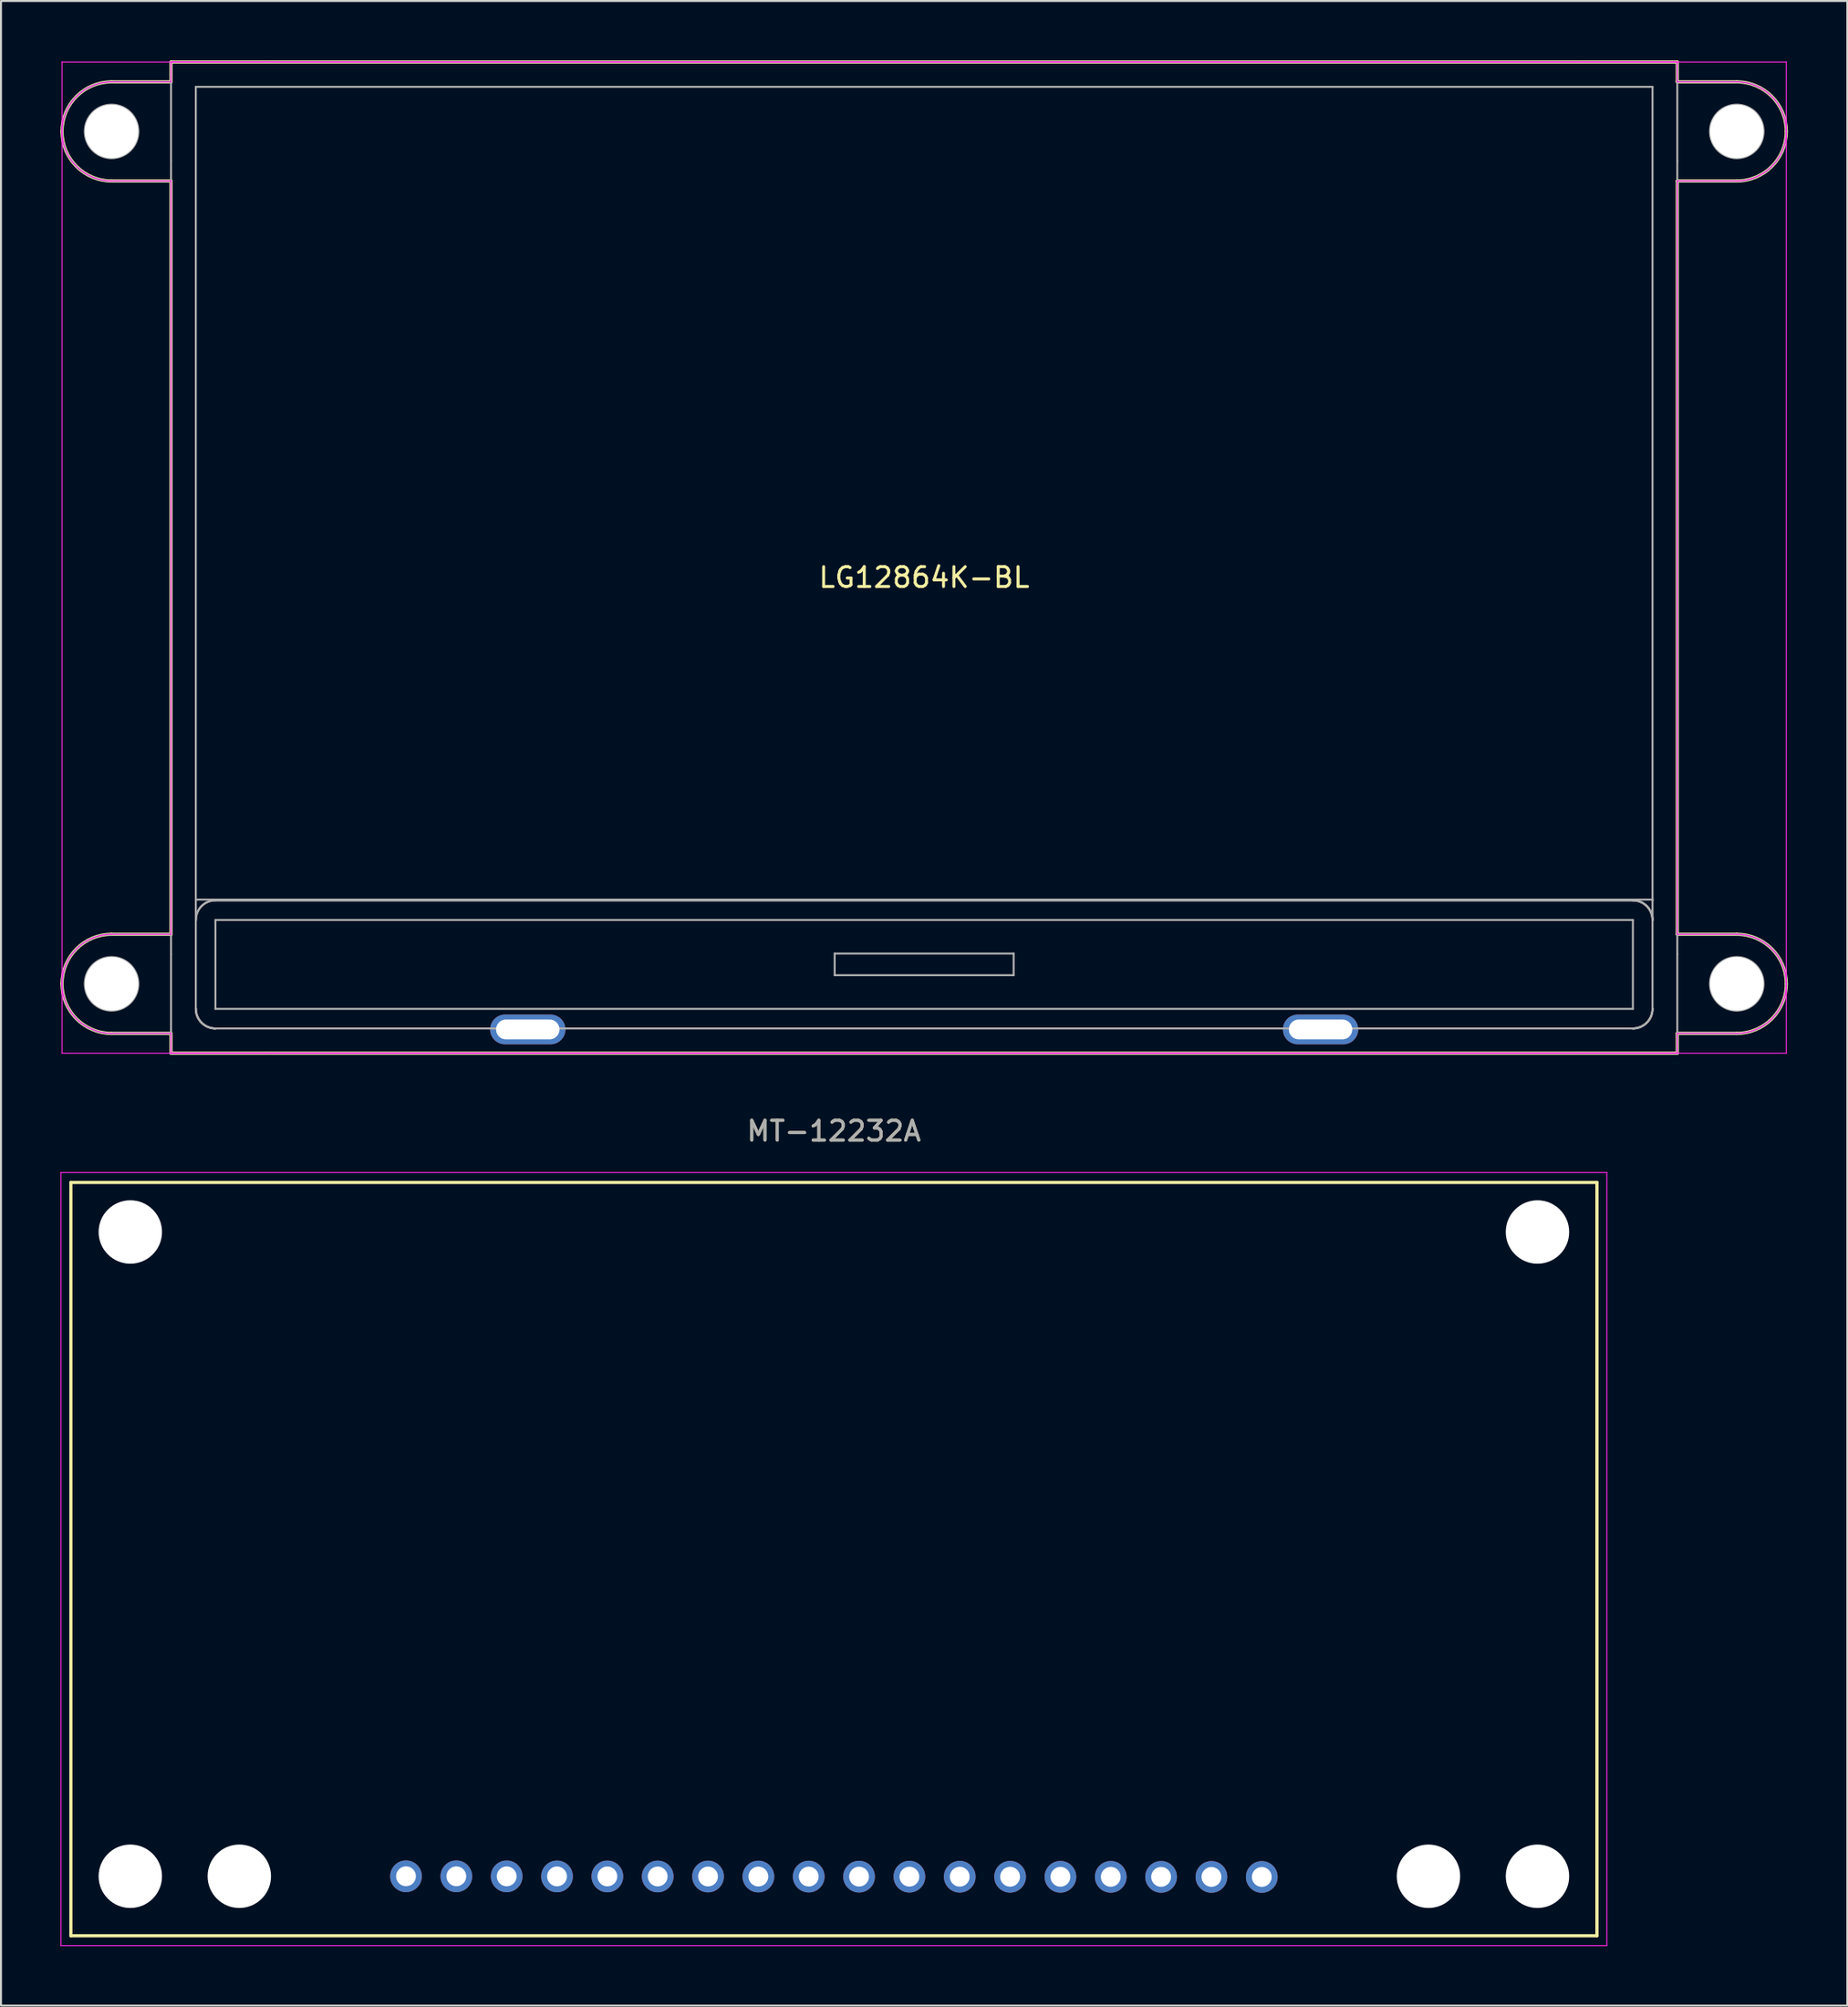
<source format=kicad_pcb>
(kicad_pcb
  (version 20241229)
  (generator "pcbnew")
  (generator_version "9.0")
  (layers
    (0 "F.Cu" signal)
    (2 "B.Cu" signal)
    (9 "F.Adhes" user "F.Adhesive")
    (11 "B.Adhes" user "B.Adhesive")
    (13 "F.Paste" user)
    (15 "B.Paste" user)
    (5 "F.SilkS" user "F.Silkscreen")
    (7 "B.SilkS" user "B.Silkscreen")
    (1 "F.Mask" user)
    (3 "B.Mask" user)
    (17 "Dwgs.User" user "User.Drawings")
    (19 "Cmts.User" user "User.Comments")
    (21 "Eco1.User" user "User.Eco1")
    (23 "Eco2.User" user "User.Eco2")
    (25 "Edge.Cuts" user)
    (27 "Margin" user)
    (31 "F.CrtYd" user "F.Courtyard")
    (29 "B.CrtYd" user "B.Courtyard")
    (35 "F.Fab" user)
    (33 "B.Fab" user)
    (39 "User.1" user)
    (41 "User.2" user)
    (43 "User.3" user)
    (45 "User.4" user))
  (footprint "MT-12232A"
    (layer "F.Cu")
    (at 39.025 75.598)
    (property "Reference" "MT-12232A" (at 0 -21.59 0) (layer "F.SilkS") (effects (font (size 1 1) (thickness 0.15))))
    (attr smd)
    (fp_line (start -38.5 -19) (end 38.5 -19) (stroke (width 0.16) (type solid)) (layer "F.SilkS"))
    (fp_line (start -38.5 19) (end -38.5 -19) (stroke (width 0.16) (type solid)) (layer "F.SilkS"))
    (fp_line (start 38.5 -19) (end 38.5 19) (stroke (width 0.16) (type solid)) (layer "F.SilkS"))
    (fp_line (start 38.5 19) (end -38.5 19) (stroke (width 0.16) (type solid)) (layer "F.SilkS"))
    (fp_line (start -39 -19.5) (end 39 -19.5) (stroke (width 0.05) (type solid)) (layer "F.CrtYd"))
    (fp_line (start -39 19.5) (end -39 -19.5) (stroke (width 0.05) (type solid)) (layer "F.CrtYd"))
    (fp_line (start 39 -19.5) (end 39 19.5) (stroke (width 0.05) (type solid)) (layer "F.CrtYd"))
    (fp_line (start 39 19.5) (end -39 19.5) (stroke (width 0.05) (type solid)) (layer "F.CrtYd"))
    (fp_text user "${REFERENCE}" (at 0 -21.59 0) (layer "F.Fab") (effects (font (size 1 1) (thickness 0.15))))
    (pad "" np_thru_hole circle (at -35.5 -16.5) (size 3.2 3.2) (drill 3.2) (layers "*.Cu" "*.Mask"))
    (pad "" np_thru_hole circle (at -35.5 16) (size 3.2 3.2) (drill 3.2) (layers "*.Cu" "*.Mask"))
    (pad "" np_thru_hole circle (at -30 16) (size 3.2 3.2) (drill 3.2) (layers "*.Cu" "*.Mask"))
    (pad "" np_thru_hole circle (at 30 16) (size 3.2 3.2) (drill 3.2) (layers "*.Cu" "*.Mask"))
    (pad "" np_thru_hole circle (at 35.5 -16.5) (size 3.2 3.2) (drill 3.2) (layers "*.Cu" "*.Mask"))
    (pad "" np_thru_hole circle (at 35.5 16) (size 3.2 3.2) (drill 3.2) (layers "*.Cu" "*.Mask"))
    (pad "1" thru_hole circle (at -21.59 16) (size 1.6 1.6) (drill 1) (layers "*.Cu" "*.Mask"))
    (pad "2" thru_hole circle (at -19.05 16.002) (size 1.6 1.6) (drill 1) (layers "*.Cu" "*.Mask"))
    (pad "3" thru_hole circle (at -16.51 16.004) (size 1.6 1.6) (drill 1) (layers "*.Cu" "*.Mask"))
    (pad "4" thru_hole circle (at -13.97 16.006) (size 1.6 1.6) (drill 1) (layers "*.Cu" "*.Mask"))
    (pad "5" thru_hole circle (at -11.43 16.008) (size 1.6 1.6) (drill 1) (layers "*.Cu" "*.Mask"))
    (pad "6" thru_hole circle (at -8.89 16.01) (size 1.6 1.6) (drill 1) (layers "*.Cu" "*.Mask"))
    (pad "7" thru_hole circle (at -6.35 16.012) (size 1.6 1.6) (drill 1) (layers "*.Cu" "*.Mask"))
    (pad "8" thru_hole circle (at -3.81 16.014) (size 1.6 1.6) (drill 1) (layers "*.Cu" "*.Mask"))
    (pad "9" thru_hole circle (at -1.27 16.016) (size 1.6 1.6) (drill 1) (layers "*.Cu" "*.Mask"))
    (pad "10" thru_hole circle (at 1.27 16.019) (size 1.6 1.6) (drill 1) (layers "*.Cu" "*.Mask"))
    (pad "11" thru_hole circle (at 3.81 16.021) (size 1.6 1.6) (drill 1) (layers "*.Cu" "*.Mask"))
    (pad "12" thru_hole circle (at 6.35 16.023) (size 1.6 1.6) (drill 1) (layers "*.Cu" "*.Mask"))
    (pad "13" thru_hole circle (at 8.89 16.025) (size 1.6 1.6) (drill 1) (layers "*.Cu" "*.Mask"))
    (pad "14" thru_hole circle (at 11.43 16.027) (size 1.6 1.6) (drill 1) (layers "*.Cu" "*.Mask"))
    (pad "15" thru_hole circle (at 13.97 16.029) (size 1.6 1.6) (drill 1) (layers "*.Cu" "*.Mask"))
    (pad "16" thru_hole circle (at 16.51 16.031) (size 1.6 1.6) (drill 1) (layers "*.Cu" "*.Mask"))
    (pad "17" thru_hole circle (at 19.05 16.033) (size 1.6 1.6) (drill 1) (layers "*.Cu" "*.Mask"))
    (pad "18" thru_hole circle (at 21.59 16.035) (size 1.6 1.6) (drill 1) (layers "*.Cu" "*.Mask")))
  (footprint "LG12864K-BL"
    (layer "F.Cu")
    (at 43.58 25.08)
    (property "Reference" "LG12864K-BL" (at 0 1 0) (layer "F.SilkS") (effects (font (size 1 1) (thickness 0.15))))
    (attr through_hole)
    (fp_line (start -38 -25) (end -38 -24) (stroke (width 0.16) (type solid)) (layer "F.SilkS"))
    (fp_line (start -38 -24) (end -41 -24) (stroke (width 0.16) (type solid)) (layer "F.SilkS"))
    (fp_line (start -38 -19) (end -41 -19) (stroke (width 0.16) (type solid)) (layer "F.SilkS"))
    (fp_line (start -38 -19) (end -38 19) (stroke (width 0.16) (type solid)) (layer "F.SilkS"))
    (fp_line (start -38 19) (end -41 19) (stroke (width 0.16) (type solid)) (layer "F.SilkS"))
    (fp_line (start -38 24) (end -41 24) (stroke (width 0.16) (type solid)) (layer "F.SilkS"))
    (fp_line (start -38 24) (end -38 25) (stroke (width 0.16) (type solid)) (layer "F.SilkS"))
    (fp_line (start -38 25) (end 38 25) (stroke (width 0.16) (type solid)) (layer "F.SilkS"))
    (fp_line (start 38 -25) (end -38 -25) (stroke (width 0.16) (type solid)) (layer "F.SilkS"))
    (fp_line (start 38 -24) (end 38 -25) (stroke (width 0.16) (type solid)) (layer "F.SilkS"))
    (fp_line (start 38 19) (end 38 -19) (stroke (width 0.16) (type solid)) (layer "F.SilkS"))
    (fp_line (start 38 25) (end 38 24) (stroke (width 0.16) (type solid)) (layer "F.SilkS"))
    (fp_line (start 41 -24) (end 38 -24) (stroke (width 0.16) (type solid)) (layer "F.SilkS"))
    (fp_line (start 41 -19) (end 38 -19) (stroke (width 0.16) (type solid)) (layer "F.SilkS"))
    (fp_line (start 41 19) (end 38 19) (stroke (width 0.16) (type solid)) (layer "F.SilkS"))
    (fp_line (start 41 24) (end 38 24) (stroke (width 0.16) (type solid)) (layer "F.SilkS"))
    (fp_arc (start -43.5 -21.5) (mid -42.767767 -23.267767) (end -41 -24) (stroke (width 0.16) (type solid)) (layer "F.SilkS"))
    (fp_arc (start -43.5 21.5) (mid -42.767767 19.732233) (end -41 19) (stroke (width 0.16) (type solid)) (layer "F.SilkS"))
    (fp_arc (start -41 -19) (mid -42.767767 -19.732233) (end -43.5 -21.5) (stroke (width 0.16) (type solid)) (layer "F.SilkS"))
    (fp_arc (start -41 24) (mid -42.767767 23.267767) (end -43.5 21.5) (stroke (width 0.16) (type solid)) (layer "F.SilkS"))
    (fp_arc (start 41 -24) (mid 42.767767 -23.267767) (end 43.5 -21.5) (stroke (width 0.16) (type solid)) (layer "F.SilkS"))
    (fp_arc (start 41 19) (mid 42.767767 19.732233) (end 43.5 21.5) (stroke (width 0.16) (type solid)) (layer "F.SilkS"))
    (fp_arc (start 43.5 -21.5) (mid 42.767767 -19.732233) (end 41 -19) (stroke (width 0.16) (type solid)) (layer "F.SilkS"))
    (fp_arc (start 43.5 21.5) (mid 42.767767 23.267767) (end 41 24) (stroke (width 0.16) (type solid)) (layer "F.SilkS"))
    (fp_line (start -43.5 -25) (end 43.5 -25) (stroke (width 0.05) (type solid)) (layer "F.CrtYd"))
    (fp_line (start -43.5 25) (end -43.5 -25) (stroke (width 0.05) (type solid)) (layer "F.CrtYd"))
    (fp_line (start -38 -25) (end -38 -24) (stroke (width 0.05) (type solid)) (layer "F.CrtYd"))
    (fp_line (start -38 -24) (end -41 -24) (stroke (width 0.05) (type solid)) (layer "F.CrtYd"))
    (fp_line (start -38 -19) (end -41 -19) (stroke (width 0.05) (type solid)) (layer "F.CrtYd"))
    (fp_line (start -38 -19) (end -38 19) (stroke (width 0.05) (type solid)) (layer "F.CrtYd"))
    (fp_line (start -38 19) (end -41 19) (stroke (width 0.05) (type solid)) (layer "F.CrtYd"))
    (fp_line (start -38 24) (end -41 24) (stroke (width 0.05) (type solid)) (layer "F.CrtYd"))
    (fp_line (start -38 24) (end -38 25) (stroke (width 0.05) (type solid)) (layer "F.CrtYd"))
    (fp_line (start -38 25) (end 38 25) (stroke (width 0.05) (type solid)) (layer "F.CrtYd"))
    (fp_line (start 38 -25) (end -38 -25) (stroke (width 0.05) (type solid)) (layer "F.CrtYd"))
    (fp_line (start 38 -24) (end 38 -25) (stroke (width 0.05) (type solid)) (layer "F.CrtYd"))
    (fp_line (start 38 19) (end 38 -19) (stroke (width 0.05) (type solid)) (layer "F.CrtYd"))
    (fp_line (start 38 25) (end 38 24) (stroke (width 0.05) (type solid)) (layer "F.CrtYd"))
    (fp_line (start 41 -24) (end 38 -24) (stroke (width 0.05) (type solid)) (layer "F.CrtYd"))
    (fp_line (start 41 -19) (end 38 -19) (stroke (width 0.05) (type solid)) (layer "F.CrtYd"))
    (fp_line (start 41 19) (end 38 19) (stroke (width 0.05) (type solid)) (layer "F.CrtYd"))
    (fp_line (start 41 24) (end 38 24) (stroke (width 0.05) (type solid)) (layer "F.CrtYd"))
    (fp_line (start 43.5 -25) (end 43.5 25) (stroke (width 0.05) (type solid)) (layer "F.CrtYd"))
    (fp_line (start 43.5 25) (end -43.5 25) (stroke (width 0.05) (type solid)) (layer "F.CrtYd"))
    (fp_arc (start -43.5 -21.5) (mid -42.767767 -23.267767) (end -41 -24) (stroke (width 0.05) (type solid)) (layer "F.CrtYd"))
    (fp_arc (start -43.5 21.5) (mid -42.767767 19.732233) (end -41 19) (stroke (width 0.05) (type solid)) (layer "F.CrtYd"))
    (fp_arc (start -41 -19) (mid -42.767767 -19.732233) (end -43.5 -21.5) (stroke (width 0.05) (type solid)) (layer "F.CrtYd"))
    (fp_arc (start -41 24) (mid -42.767767 23.267767) (end -43.5 21.5) (stroke (width 0.05) (type solid)) (layer "F.CrtYd"))
    (fp_arc (start 41 -24) (mid 42.767767 -23.267767) (end 43.5 -21.5) (stroke (width 0.05) (type solid)) (layer "F.CrtYd"))
    (fp_arc (start 41 19) (mid 42.767767 19.732233) (end 43.5 21.5) (stroke (width 0.05) (type solid)) (layer "F.CrtYd"))
    (fp_arc (start 43.5 -21.5) (mid 42.767767 -19.732233) (end 41 -19) (stroke (width 0.05) (type solid)) (layer "F.CrtYd"))
    (fp_arc (start 43.5 21.5) (mid 42.767767 23.267767) (end 41 24) (stroke (width 0.05) (type solid)) (layer "F.CrtYd"))
    (fp_line (start -41 -24) (end -38 -24) (stroke (width 0.1) (type solid)) (layer "F.Fab"))
    (fp_line (start -41 -19) (end -38 -19) (stroke (width 0.1) (type solid)) (layer "F.Fab"))
    (fp_line (start -41 19) (end -38 19) (stroke (width 0.1) (type solid)) (layer "F.Fab"))
    (fp_line (start -41 24) (end -38 24) (stroke (width 0.1) (type solid)) (layer "F.Fab"))
    (fp_line (start -38 -25) (end -33 -25) (stroke (width 0.1) (type solid)) (layer "F.Fab"))
    (fp_line (start -38 -20) (end -38 -25) (stroke (width 0.1) (type solid)) (layer "F.Fab"))
    (fp_line (start -38 20) (end -38 -20) (stroke (width 0.1) (type solid)) (layer "F.Fab"))
    (fp_line (start -38 25) (end -38 20) (stroke (width 0.1) (type solid)) (layer "F.Fab"))
    (fp_line (start -36.75 -23.75) (end 36.75 -23.75) (stroke (width 0.1) (type solid)) (layer "F.Fab"))
    (fp_line (start -36.75 17.25) (end -36.75 -23.75) (stroke (width 0.1) (type solid)) (layer "F.Fab"))
    (fp_line (start -36.75 17.288) (end -36.75 17.25) (stroke (width 0.1) (type solid)) (layer "F.Fab"))
    (fp_line (start -36.75 18.278) (end -36.75 17.288) (stroke (width 0.1) (type solid)) (layer "F.Fab"))
    (fp_line (start -36.75 22.76) (end -36.75 18.278) (stroke (width 0.1) (type solid)) (layer "F.Fab"))
    (fp_line (start -35.76 17.288) (end 35.76 17.288) (stroke (width 0.1) (type solid)) (layer "F.Fab"))
    (fp_line (start -35.76 17.288) (end 35.76 17.288) (stroke (width 0.1) (type solid)) (layer "F.Fab"))
    (fp_line (start -35.76 18.278) (end 35.76 18.278) (stroke (width 0.1) (type solid)) (layer "F.Fab"))
    (fp_line (start -35.76 22.76) (end -35.76 18.278) (stroke (width 0.1) (type solid)) (layer "F.Fab"))
    (fp_line (start -33 -25) (end 33 -25) (stroke (width 0.1) (type solid)) (layer "F.Fab"))
    (fp_line (start -33 25) (end -38 25) (stroke (width 0.1) (type solid)) (layer "F.Fab"))
    (fp_line (start -4.515 19.972) (end 4.515 19.972) (stroke (width 0.1) (type solid)) (layer "F.Fab"))
    (fp_line (start -4.515 21.065) (end -4.515 19.972) (stroke (width 0.1) (type solid)) (layer "F.Fab"))
    (fp_line (start 4.515 19.972) (end 4.515 21.065) (stroke (width 0.1) (type solid)) (layer "F.Fab"))
    (fp_line (start 4.515 21.065) (end -4.515 21.065) (stroke (width 0.1) (type solid)) (layer "F.Fab"))
    (fp_line (start 33 -25) (end 38 -25) (stroke (width 0.1) (type solid)) (layer "F.Fab"))
    (fp_line (start 33 25) (end -33 25) (stroke (width 0.1) (type solid)) (layer "F.Fab"))
    (fp_line (start 35.76 18.278) (end 35.76 22.76) (stroke (width 0.1) (type solid)) (layer "F.Fab"))
    (fp_line (start 35.76 22.76) (end -35.76 22.76) (stroke (width 0.1) (type solid)) (layer "F.Fab"))
    (fp_line (start 35.76 23.75) (end -35.76 23.75) (stroke (width 0.1) (type solid)) (layer "F.Fab"))
    (fp_line (start 36.75 -23.75) (end 36.75 17.25) (stroke (width 0.1) (type solid)) (layer "F.Fab"))
    (fp_line (start 36.75 17.25) (end -36.75 17.25) (stroke (width 0.1) (type solid)) (layer "F.Fab"))
    (fp_line (start 36.75 17.25) (end 36.75 17.288) (stroke (width 0.1) (type solid)) (layer "F.Fab"))
    (fp_line (start 36.75 17.288) (end 36.75 18.278) (stroke (width 0.1) (type solid)) (layer "F.Fab"))
    (fp_line (start 36.75 18.278) (end 36.75 22.76) (stroke (width 0.1) (type solid)) (layer "F.Fab"))
    (fp_line (start 38 -25) (end 38 -20) (stroke (width 0.1) (type solid)) (layer "F.Fab"))
    (fp_line (start 38 -24) (end 41 -24) (stroke (width 0.1) (type solid)) (layer "F.Fab"))
    (fp_line (start 38 -20) (end 38 20) (stroke (width 0.1) (type solid)) (layer "F.Fab"))
    (fp_line (start 38 -19) (end 41 -19) (stroke (width 0.1) (type solid)) (layer "F.Fab"))
    (fp_line (start 38 19) (end 41 19) (stroke (width 0.1) (type solid)) (layer "F.Fab"))
    (fp_line (start 38 20) (end 38 25) (stroke (width 0.1) (type solid)) (layer "F.Fab"))
    (fp_line (start 38 24) (end 41 24) (stroke (width 0.1) (type solid)) (layer "F.Fab"))
    (fp_line (start 38 25) (end 33 25) (stroke (width 0.1) (type solid)) (layer "F.Fab"))
    (fp_arc (start -41 -19) (mid -43.5 -21.5) (end -41 -24) (stroke (width 0.1) (type solid)) (layer "F.Fab"))
    (fp_arc (start -41 24) (mid -43.5 21.5) (end -41 19) (stroke (width 0.1) (type solid)) (layer "F.Fab"))
    (fp_arc (start -36.75 18.278) (mid -36.460036 17.577964) (end -35.76 17.288) (stroke (width 0.1) (type solid)) (layer "F.Fab"))
    (fp_arc (start -36.75 18.278) (mid -36.460036 17.577964) (end -35.76 17.288) (stroke (width 0.1) (type solid)) (layer "F.Fab"))
    (fp_arc (start -35.76 23.75) (mid -36.460036 23.460036) (end -36.75 22.76) (stroke (width 0.1) (type solid)) (layer "F.Fab"))
    (fp_arc (start -35.76 23.75) (mid -36.460036 23.460036) (end -36.75 22.76) (stroke (width 0.1) (type solid)) (layer "F.Fab"))
    (fp_arc (start -35.76 23.75) (mid -36.460036 23.460036) (end -36.75 22.76) (stroke (width 0.1) (type solid)) (layer "F.Fab"))
    (fp_arc (start 35.76 17.288) (mid 36.460036 17.577964) (end 36.75 18.278) (stroke (width 0.1) (type solid)) (layer "F.Fab"))
    (fp_arc (start 35.76 17.288) (mid 36.460036 17.577964) (end 36.75 18.278) (stroke (width 0.1) (type solid)) (layer "F.Fab"))
    (fp_arc (start 35.76 17.288) (mid 36.460036 17.577964) (end 36.75 18.278) (stroke (width 0.1) (type solid)) (layer "F.Fab"))
    (fp_arc (start 36.75 22.76) (mid 36.460036 23.460036) (end 35.76 23.75) (stroke (width 0.1) (type solid)) (layer "F.Fab"))
    (fp_arc (start 36.75 22.76) (mid 36.460036 23.460036) (end 35.76 23.75) (stroke (width 0.1) (type solid)) (layer "F.Fab"))
    (fp_arc (start 36.75 22.76) (mid 36.460036 23.460036) (end 35.76 23.75) (stroke (width 0.1) (type solid)) (layer "F.Fab"))
    (fp_arc (start 41 -24) (mid 43.5 -21.5) (end 41 -19) (stroke (width 0.1) (type solid)) (layer "F.Fab"))
    (fp_arc (start 41 19) (mid 43.5 21.5) (end 41 24) (stroke (width 0.1) (type solid)) (layer "F.Fab"))
    (fp_circle (center -41 -21.5) (end -42.35 -21.5) (stroke (width 0.1) (type solid)) (fill no) (layer "F.Fab"))
    (fp_circle (center -41 21.5) (end -42.35 21.5) (stroke (width 0.1) (type solid)) (fill no) (layer "F.Fab"))
    (fp_circle (center 41 -21.5) (end 39.65 -21.5) (stroke (width 0.1) (type solid)) (fill no) (layer "F.Fab"))
    (fp_circle (center 41 21.5) (end 39.65 21.5) (stroke (width 0.1) (type solid)) (fill no) (layer "F.Fab"))
    (pad "" np_thru_hole oval (at -41 -21.5 180) (size 2.7 2.7) (drill oval 2.7) (layers "*.Cu" "*.Mask"))
    (pad "" np_thru_hole oval (at -41 21.5 180) (size 2.7 2.7) (drill oval 2.7) (layers "*.Cu" "*.Mask"))
    (pad "" np_thru_hole circle (at 41 -21.5 180) (size 2.7 2.7) (drill 2.7) (layers "*.Cu" "*.Mask"))
    (pad "" np_thru_hole circle (at 41 21.5 180) (size 2.7 2.7) (drill 2.7) (layers "*.Cu" "*.Mask"))
    (pad "A" thru_hole oval (at 20 23.8 180) (size 3.8 1.5) (drill oval 3.2 1) (layers "*.Cu" "*.Mask"))
    (pad "K" thru_hole oval (at -20 23.8 180) (size 3.8 1.5) (drill oval 3.2 1) (layers "*.Cu" "*.Mask")))
  (gr_rect
    (start -3 -3)
    (end 90.16 98.123)
    (stroke (width 0.1) (type default))
    (fill no)
    (layer "Edge.Cuts")))
</source>
